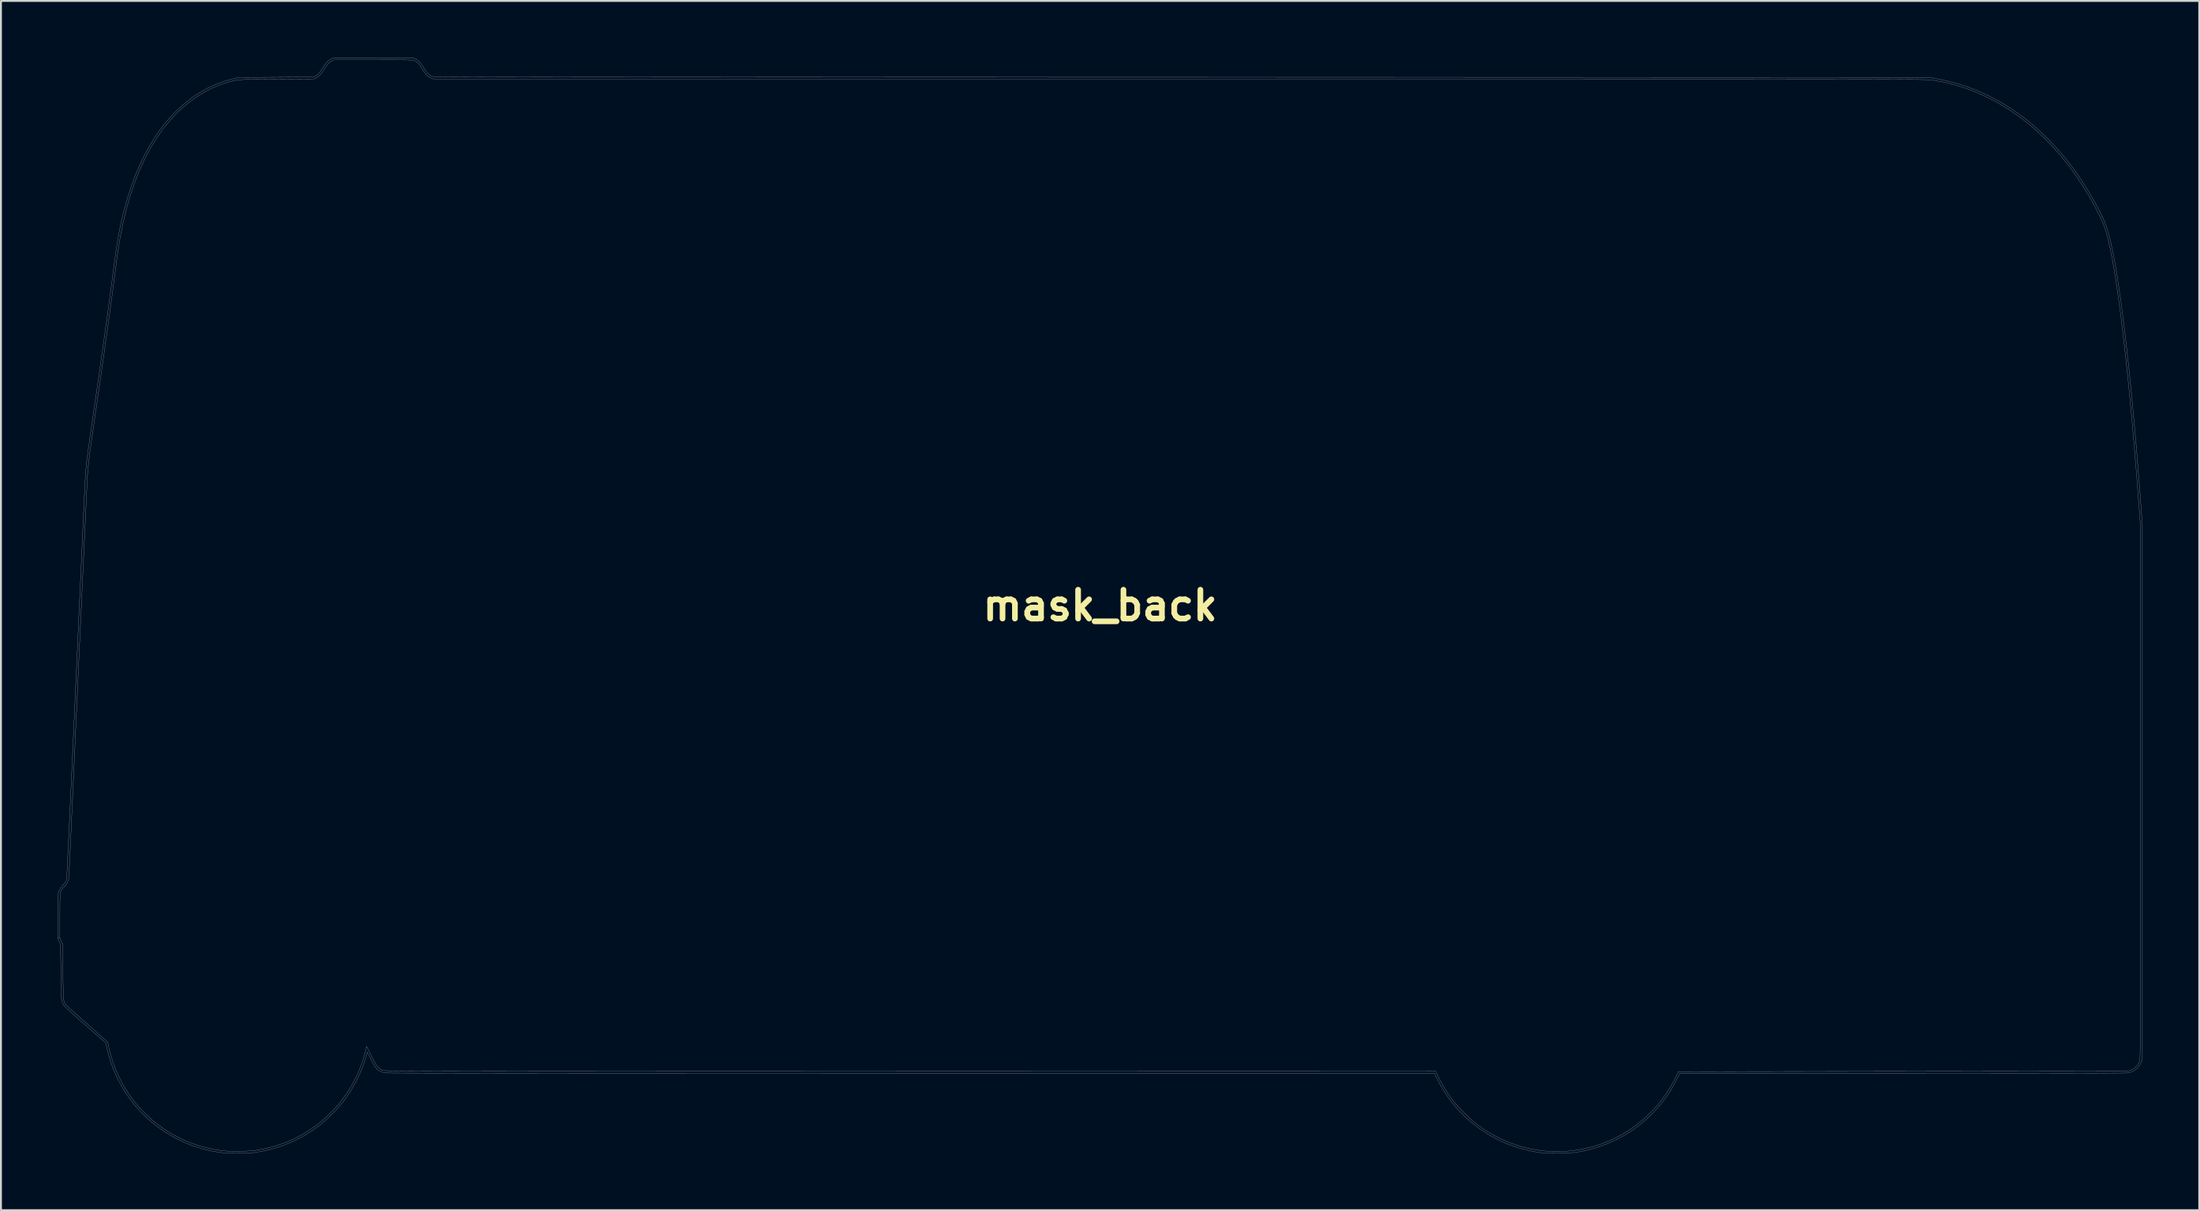
<source format=kicad_pcb>
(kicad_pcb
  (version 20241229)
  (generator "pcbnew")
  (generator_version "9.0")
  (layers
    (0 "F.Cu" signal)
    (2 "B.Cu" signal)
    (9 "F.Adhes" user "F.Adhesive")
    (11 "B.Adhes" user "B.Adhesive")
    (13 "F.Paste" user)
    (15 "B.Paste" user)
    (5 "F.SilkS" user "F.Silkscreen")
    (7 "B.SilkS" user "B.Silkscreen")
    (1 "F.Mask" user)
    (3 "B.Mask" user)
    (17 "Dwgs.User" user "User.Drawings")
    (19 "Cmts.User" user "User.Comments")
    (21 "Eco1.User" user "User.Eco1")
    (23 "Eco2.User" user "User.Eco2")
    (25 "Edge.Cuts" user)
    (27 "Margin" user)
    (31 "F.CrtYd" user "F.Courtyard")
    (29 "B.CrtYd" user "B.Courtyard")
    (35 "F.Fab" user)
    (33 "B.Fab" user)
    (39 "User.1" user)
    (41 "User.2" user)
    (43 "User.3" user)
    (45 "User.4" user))
  (footprint "mask_back"
    (layer "F.Cu")
    (at 55.057 28.95)
    (property "Reference" "mask_back" (at 0 0 0) (layer "F.SilkS") (effects (font (size 1.524 1.524) (thickness 0.3))))
    (attr through_hole)
    (fp_poly (pts (xy 31.505 -0.012) (xy 31.653 0.082) (xy 31.777 0.204) (xy 31.869 0.346) (xy 31.873 0.356) (xy 31.93 0.476) (xy 31.93 6.615) (xy 31.861 6.756) (xy 31.767 6.904) (xy 31.647 7.021) (xy 31.499 7.109) (xy 31.38 7.165) (xy 24.162 7.17) (xy 16.944 7.175) (xy 16.825 7.126) (xy 16.684 7.057) (xy 16.574 6.974) (xy 16.483 6.867) (xy 16.408 6.744) (xy 16.351 6.636) (xy 16.351 0.476) (xy 16.408 0.356) (xy 16.493 0.218) (xy 16.609 0.097) (xy 16.743 0.002) (xy 16.781 -0.018) (xy 16.902 -0.074) (xy 31.38 -0.074) (xy 31.505 -0.012)) (stroke (width 0.01) (type solid)) (fill yes) (layer "F.Mask"))
    (fp_poly (pts (xy 14.932 -0.012) (xy 15.08 0.082) (xy 15.204 0.204) (xy 15.295 0.346) (xy 15.3 0.356) (xy 15.356 0.476) (xy 15.356 6.615) (xy 15.301 6.731) (xy 15.211 6.882) (xy 15.098 7) (xy 14.957 7.091) (xy 14.949 7.095) (xy 14.807 7.165) (xy 7.589 7.17) (xy 0.37 7.175) (xy 0.252 7.126) (xy 0.111 7.057) (xy 0.000364 6.974) (xy -0.091 6.867) (xy -0.165 6.744) (xy -0.222 6.636) (xy -0.222 0.475) (xy -0.153 0.334) (xy -0.063 0.191) (xy 0.053 0.077) (xy 0.202 -0.014) (xy 0.212 -0.019) (xy 0.328 -0.074) (xy 14.806 -0.074) (xy 14.932 -0.012)) (stroke (width 0.01) (type solid)) (fill yes) (layer "F.Mask"))
    (fp_poly (pts (xy -19.005 -23.511) (xy -18.894 -23.44) (xy -18.786 -23.344) (xy -18.695 -23.235) (xy -18.652 -23.164) (xy -18.639 -23.139) (xy -18.628 -23.114) (xy -18.618 -23.087) (xy -18.609 -23.056) (xy -18.601 -23.018) (xy -18.594 -22.972) (xy -18.588 -22.915) (xy -18.583 -22.845) (xy -18.578 -22.76) (xy -18.575 -22.659) (xy -18.572 -22.537) (xy -18.569 -22.395) (xy -18.567 -22.229) (xy -18.566 -22.037) (xy -18.565 -21.818) (xy -18.565 -21.569) (xy -18.565 -21.287) (xy -18.565 -20.972) (xy -18.566 -20.62) (xy -18.567 -20.23) (xy -18.567 -19.875) (xy -18.574 -16.923) (xy -18.623 -16.802) (xy -18.704 -16.654) (xy -18.82 -16.524) (xy -18.962 -16.421) (xy -19.003 -16.4) (xy -19.144 -16.33) (xy -26.341 -16.326) (xy -27.019 -16.326) (xy -27.656 -16.326) (xy -28.253 -16.325) (xy -28.811 -16.325) (xy -29.331 -16.325) (xy -29.815 -16.325) (xy -30.264 -16.326) (xy -30.678 -16.326) (xy -31.059 -16.326) (xy -31.409 -16.327) (xy -31.728 -16.327) (xy -32.017 -16.328) (xy -32.278 -16.329) (xy -32.512 -16.33) (xy -32.72 -16.331) (xy -32.903 -16.332) (xy -33.062 -16.334) (xy -33.199 -16.335) (xy -33.314 -16.337) (xy -33.41 -16.338) (xy -33.486 -16.34) (xy -33.545 -16.342) (xy -33.586 -16.345) (xy -33.613 -16.347) (xy -33.623 -16.349) (xy -33.795 -16.424) (xy -33.939 -16.531) (xy -34.055 -16.67) (xy -34.117 -16.781) (xy -34.174 -16.902) (xy -34.174 -22.998) (xy -34.107 -23.139) (xy -34.011 -23.295) (xy -33.886 -23.421) (xy -33.743 -23.51) (xy -33.623 -23.569) (xy -19.124 -23.569) (xy -19.005 -23.511)) (stroke (width 0.01) (type solid)) (fill yes) (layer "F.Mask"))
    (fp_poly (pts (xy 14.925 -23.513) (xy 15.077 -23.422) (xy 15.197 -23.304) (xy 15.287 -23.16) (xy 15.356 -23.02) (xy 15.356 -16.88) (xy 15.295 -16.754) (xy 15.198 -16.605) (xy 15.07 -16.479) (xy 14.927 -16.389) (xy 14.806 -16.33) (xy 7.599 -16.326) (xy 6.926 -16.326) (xy 6.295 -16.326) (xy 5.704 -16.325) (xy 5.151 -16.325) (xy 4.636 -16.325) (xy 4.156 -16.325) (xy 3.712 -16.325) (xy 3.302 -16.326) (xy 2.924 -16.326) (xy 2.578 -16.326) (xy 2.262 -16.327) (xy 1.974 -16.328) (xy 1.714 -16.328) (xy 1.481 -16.329) (xy 1.273 -16.33) (xy 1.089 -16.332) (xy 0.928 -16.333) (xy 0.788 -16.334) (xy 0.669 -16.336) (xy 0.568 -16.338) (xy 0.486 -16.339) (xy 0.42 -16.341) (xy 0.37 -16.344) (xy 0.334 -16.346) (xy 0.311 -16.348) (xy 0.302 -16.35) (xy 0.144 -16.421) (xy 0.006 -16.526) (xy -0.107 -16.659) (xy -0.188 -16.815) (xy -0.19 -16.821) (xy -0.196 -16.837) (xy -0.201 -16.854) (xy -0.206 -16.874) (xy -0.211 -16.899) (xy -0.214 -16.932) (xy -0.218 -16.973) (xy -0.221 -17.026) (xy -0.223 -17.093) (xy -0.225 -17.175) (xy -0.227 -17.274) (xy -0.228 -17.394) (xy -0.229 -17.535) (xy -0.23 -17.701) (xy -0.23 -17.892) (xy -0.23 -18.112) (xy -0.23 -18.362) (xy -0.23 -18.645) (xy -0.23 -18.963) (xy -0.229 -19.317) (xy -0.228 -19.71) (xy -0.228 -19.988) (xy -0.222 -23.04) (xy -0.15 -23.173) (xy -0.055 -23.314) (xy 0.064 -23.428) (xy 0.195 -23.51) (xy 0.307 -23.569) (xy 14.806 -23.569) (xy 14.925 -23.513)) (stroke (width 0.01) (type solid)) (fill yes) (layer "F.Mask"))
    (fp_poly (pts (xy 31.902 -23.513) (xy 32.046 -23.423) (xy 32.169 -23.301) (xy 32.265 -23.155) (xy 32.27 -23.144) (xy 32.332 -23.019) (xy 32.332 -16.902) (xy 32.272 -16.772) (xy 32.183 -16.627) (xy 32.062 -16.501) (xy 31.918 -16.404) (xy 31.888 -16.389) (xy 31.761 -16.33) (xy 24.564 -16.326) (xy 23.899 -16.326) (xy 23.275 -16.326) (xy 22.69 -16.325) (xy 22.144 -16.325) (xy 21.636 -16.325) (xy 21.163 -16.325) (xy 20.725 -16.325) (xy 20.32 -16.325) (xy 19.948 -16.326) (xy 19.606 -16.326) (xy 19.293 -16.327) (xy 19.009 -16.327) (xy 18.752 -16.328) (xy 18.521 -16.329) (xy 18.314 -16.33) (xy 18.13 -16.331) (xy 17.968 -16.332) (xy 17.827 -16.333) (xy 17.705 -16.335) (xy 17.601 -16.337) (xy 17.514 -16.338) (xy 17.442 -16.34) (xy 17.384 -16.342) (xy 17.339 -16.345) (xy 17.306 -16.347) (xy 17.283 -16.35) (xy 17.27 -16.352) (xy 17.269 -16.353) (xy 17.123 -16.418) (xy 16.988 -16.518) (xy 16.875 -16.643) (xy 16.79 -16.786) (xy 16.769 -16.838) (xy 16.764 -16.855) (xy 16.76 -16.875) (xy 16.755 -16.901) (xy 16.752 -16.936) (xy 16.748 -16.98) (xy 16.745 -17.037) (xy 16.743 -17.108) (xy 16.741 -17.195) (xy 16.739 -17.301) (xy 16.737 -17.428) (xy 16.736 -17.577) (xy 16.735 -17.751) (xy 16.734 -17.953) (xy 16.733 -18.183) (xy 16.733 -18.445) (xy 16.733 -18.74) (xy 16.732 -19.07) (xy 16.732 -19.438) (xy 16.732 -19.846) (xy 16.732 -19.96) (xy 16.732 -22.976) (xy 16.781 -23.098) (xy 16.853 -23.229) (xy 16.956 -23.353) (xy 17.076 -23.457) (xy 17.159 -23.507) (xy 17.283 -23.569) (xy 31.782 -23.569) (xy 31.902 -23.513)) (stroke (width 0.01) (type solid)) (fill yes) (layer "F.Mask"))
    (fp_poly (pts (xy -19.003 -0.005) (xy -18.856 0.09) (xy -18.732 0.213) (xy -18.641 0.357) (xy -18.623 0.398) (xy -18.574 0.519) (xy -18.567 3.471) (xy -18.567 3.895) (xy -18.566 4.279) (xy -18.565 4.624) (xy -18.565 4.933) (xy -18.565 5.209) (xy -18.566 5.453) (xy -18.566 5.668) (xy -18.568 5.855) (xy -18.57 6.017) (xy -18.572 6.155) (xy -18.575 6.273) (xy -18.579 6.372) (xy -18.584 6.454) (xy -18.589 6.522) (xy -18.595 6.577) (xy -18.602 6.621) (xy -18.611 6.658) (xy -18.62 6.688) (xy -18.63 6.715) (xy -18.641 6.739) (xy -18.652 6.76) (xy -18.726 6.872) (xy -18.828 6.979) (xy -18.943 7.069) (xy -19.002 7.103) (xy -19.124 7.165) (xy -26.342 7.17) (xy -26.999 7.17) (xy -27.616 7.17) (xy -28.192 7.171) (xy -28.731 7.171) (xy -29.232 7.171) (xy -29.698 7.171) (xy -30.13 7.171) (xy -30.528 7.171) (xy -30.895 7.171) (xy -31.232 7.171) (xy -31.539 7.171) (xy -31.819 7.17) (xy -32.073 7.17) (xy -32.302 7.169) (xy -32.507 7.168) (xy -32.69 7.167) (xy -32.852 7.166) (xy -32.995 7.165) (xy -33.119 7.164) (xy -33.226 7.162) (xy -33.318 7.161) (xy -33.396 7.159) (xy -33.46 7.157) (xy -33.514 7.155) (xy -33.556 7.152) (xy -33.59 7.15) (xy -33.617 7.147) (xy -33.637 7.144) (xy -33.653 7.141) (xy -33.665 7.138) (xy -33.667 7.137) (xy -33.825 7.061) (xy -33.958 6.952) (xy -34.067 6.809) (xy -34.116 6.717) (xy -34.174 6.593) (xy -34.174 0.497) (xy -34.114 0.37) (xy -34.024 0.223) (xy -33.903 0.096) (xy -33.761 0.000239) (xy -33.731 -0.014) (xy -33.602 -0.074) (xy -19.144 -0.074) (xy -19.003 -0.005)) (stroke (width 0.01) (type solid)) (fill yes) (layer "F.Mask"))
    (fp_poly (pts (xy -38.09 -2.132) (xy -37.965 -2.066) (xy -37.871 -1.997) (xy -37.794 -1.915) (xy -37.751 -1.856) (xy -37.735 -1.832) (xy -37.72 -1.811) (xy -37.706 -1.791) (xy -37.693 -1.771) (xy -37.682 -1.748) (xy -37.672 -1.721) (xy -37.663 -1.689) (xy -37.654 -1.648) (xy -37.647 -1.598) (xy -37.641 -1.536) (xy -37.635 -1.462) (xy -37.631 -1.372) (xy -37.627 -1.265) (xy -37.623 -1.14) (xy -37.621 -0.995) (xy -37.619 -0.827) (xy -37.617 -0.635) (xy -37.616 -0.417) (xy -37.616 -0.172) (xy -37.615 0.103) (xy -37.615 0.409) (xy -37.616 0.748) (xy -37.616 1.122) (xy -37.617 1.532) (xy -37.617 1.981) (xy -37.618 2.471) (xy -37.618 2.541) (xy -37.624 6.593) (xy -37.685 6.725) (xy -37.759 6.848) (xy -37.861 6.965) (xy -37.978 7.063) (xy -38.074 7.118) (xy -38.174 7.165) (xy -40.725 7.17) (xy -41.107 7.17) (xy -41.449 7.171) (xy -41.754 7.171) (xy -42.023 7.171) (xy -42.259 7.171) (xy -42.465 7.171) (xy -42.642 7.17) (xy -42.793 7.17) (xy -42.92 7.168) (xy -43.026 7.167) (xy -43.113 7.165) (xy -43.183 7.162) (xy -43.239 7.159) (xy -43.282 7.156) (xy -43.316 7.152) (xy -43.342 7.147) (xy -43.363 7.142) (xy -43.381 7.136) (xy -43.386 7.134) (xy -43.546 7.055) (xy -43.681 6.941) (xy -43.79 6.796) (xy -43.83 6.72) (xy -43.889 6.593) (xy -43.895 2.552) (xy -43.895 2.056) (xy -43.896 1.601) (xy -43.897 1.185) (xy -43.897 0.805) (xy -43.897 0.461) (xy -43.897 0.149) (xy -43.897 -0.13) (xy -43.896 -0.38) (xy -43.895 -0.602) (xy -43.894 -0.798) (xy -43.892 -0.97) (xy -43.889 -1.119) (xy -43.886 -1.247) (xy -43.882 -1.357) (xy -43.878 -1.449) (xy -43.872 -1.527) (xy -43.866 -1.59) (xy -43.859 -1.642) (xy -43.851 -1.685) (xy -43.841 -1.719) (xy -43.831 -1.747) (xy -43.82 -1.77) (xy -43.807 -1.791) (xy -43.794 -1.811) (xy -43.779 -1.832) (xy -43.763 -1.855) (xy -43.762 -1.856) (xy -43.69 -1.95) (xy -43.607 -2.026) (xy -43.501 -2.092) (xy -43.423 -2.132) (xy -43.296 -2.191) (xy -38.216 -2.191) (xy -38.09 -2.132)) (stroke (width 0.01) (type solid)) (fill yes) (layer "F.Mask"))
    (fp_poly (pts (xy -2.035 -23.51) (xy -1.878 -23.405) (xy -1.754 -23.275) (xy -1.665 -23.123) (xy -1.613 -22.95) (xy -1.607 -22.915) (xy -1.604 -22.875) (xy -1.602 -22.795) (xy -1.599 -22.679) (xy -1.597 -22.53) (xy -1.596 -22.351) (xy -1.594 -22.145) (xy -1.592 -21.914) (xy -1.591 -21.663) (xy -1.59 -21.395) (xy -1.589 -21.111) (xy -1.589 -20.816) (xy -1.588 -20.512) (xy -1.588 -20.203) (xy -1.588 -19.891) (xy -1.589 -19.58) (xy -1.589 -19.272) (xy -1.59 -18.971) (xy -1.591 -18.68) (xy -1.592 -18.402) (xy -1.593 -18.14) (xy -1.595 -17.897) (xy -1.596 -17.676) (xy -1.598 -17.48) (xy -1.6 -17.312) (xy -1.603 -17.175) (xy -1.605 -17.073) (xy -1.608 -17.008) (xy -1.609 -16.989) (xy -1.655 -16.809) (xy -1.736 -16.652) (xy -1.852 -16.519) (xy -2 -16.413) (xy -2.053 -16.386) (xy -2.17 -16.33) (xy -9.366 -16.326) (xy -10.022 -16.325) (xy -10.637 -16.325) (xy -11.213 -16.325) (xy -11.75 -16.325) (xy -12.25 -16.324) (xy -12.714 -16.324) (xy -13.145 -16.324) (xy -13.542 -16.324) (xy -13.908 -16.324) (xy -14.243 -16.325) (xy -14.55 -16.325) (xy -14.829 -16.325) (xy -15.082 -16.326) (xy -15.31 -16.327) (xy -15.514 -16.327) (xy -15.697 -16.328) (xy -15.858 -16.329) (xy -16.001 -16.331) (xy -16.124 -16.332) (xy -16.232 -16.333) (xy -16.323 -16.335) (xy -16.401 -16.337) (xy -16.466 -16.339) (xy -16.519 -16.341) (xy -16.563 -16.343) (xy -16.598 -16.346) (xy -16.625 -16.349) (xy -16.646 -16.352) (xy -16.663 -16.355) (xy -16.676 -16.358) (xy -16.682 -16.36) (xy -16.84 -16.431) (xy -16.976 -16.535) (xy -17.069 -16.646) (xy -17.088 -16.673) (xy -17.106 -16.697) (xy -17.121 -16.719) (xy -17.135 -16.743) (xy -17.147 -16.77) (xy -17.158 -16.802) (xy -17.168 -16.841) (xy -17.176 -16.89) (xy -17.183 -16.95) (xy -17.189 -17.024) (xy -17.194 -17.113) (xy -17.198 -17.221) (xy -17.201 -17.348) (xy -17.203 -17.498) (xy -17.205 -17.672) (xy -17.206 -17.872) (xy -17.207 -18.101) (xy -17.207 -18.36) (xy -17.206 -18.652) (xy -17.206 -18.978) (xy -17.205 -19.342) (xy -17.204 -19.745) (xy -17.204 -19.992) (xy -17.198 -23.019) (xy -17.141 -23.139) (xy -17.056 -23.277) (xy -16.941 -23.398) (xy -16.806 -23.493) (xy -16.768 -23.513) (xy -16.648 -23.569) (xy -2.148 -23.569) (xy -2.035 -23.51)) (stroke (width 0.01) (type solid)) (fill yes) (layer "F.Mask"))
    (fp_poly (pts (xy -2.051 -0.018) (xy -1.895 0.076) (xy -1.771 0.198) (xy -1.68 0.347) (xy -1.622 0.522) (xy -1.607 0.607) (xy -1.604 0.656) (xy -1.601 0.749) (xy -1.598 0.883) (xy -1.596 1.059) (xy -1.594 1.276) (xy -1.592 1.535) (xy -1.591 1.836) (xy -1.591 2.178) (xy -1.59 2.56) (xy -1.591 2.984) (xy -1.591 3.448) (xy -1.592 3.672) (xy -1.593 4.081) (xy -1.594 4.449) (xy -1.594 4.78) (xy -1.595 5.074) (xy -1.596 5.335) (xy -1.597 5.564) (xy -1.598 5.764) (xy -1.6 5.937) (xy -1.601 6.084) (xy -1.603 6.209) (xy -1.605 6.313) (xy -1.607 6.398) (xy -1.61 6.467) (xy -1.613 6.522) (xy -1.616 6.565) (xy -1.62 6.598) (xy -1.625 6.623) (xy -1.63 6.642) (xy -1.635 6.658) (xy -1.641 6.671) (xy -1.732 6.84) (xy -1.849 6.976) (xy -1.992 7.078) (xy -2.109 7.132) (xy -2.12 7.136) (xy -2.131 7.14) (xy -2.145 7.144) (xy -2.162 7.147) (xy -2.184 7.15) (xy -2.212 7.152) (xy -2.247 7.155) (xy -2.291 7.157) (xy -2.346 7.16) (xy -2.412 7.162) (xy -2.491 7.163) (xy -2.584 7.165) (xy -2.692 7.167) (xy -2.818 7.168) (xy -2.962 7.169) (xy -3.125 7.17) (xy -3.31 7.171) (xy -3.517 7.172) (xy -3.747 7.173) (xy -4.003 7.173) (xy -4.284 7.174) (xy -4.594 7.174) (xy -4.933 7.174) (xy -5.302 7.175) (xy -5.702 7.175) (xy -6.136 7.175) (xy -6.605 7.175) (xy -7.109 7.175) (xy -7.65 7.175) (xy -8.23 7.175) (xy -8.849 7.175) (xy -9.404 7.175) (xy -10.059 7.175) (xy -10.674 7.175) (xy -11.248 7.175) (xy -11.785 7.174) (xy -12.284 7.174) (xy -12.748 7.174) (xy -13.178 7.174) (xy -13.574 7.173) (xy -13.939 7.173) (xy -14.274 7.173) (xy -14.58 7.172) (xy -14.858 7.171) (xy -15.11 7.171) (xy -15.338 7.17) (xy -15.541 7.169) (xy -15.723 7.168) (xy -15.884 7.167) (xy -16.025 7.166) (xy -16.148 7.164) (xy -16.255 7.163) (xy -16.345 7.161) (xy -16.422 7.159) (xy -16.486 7.157) (xy -16.539 7.155) (xy -16.581 7.152) (xy -16.615 7.15) (xy -16.642 7.147) (xy -16.662 7.144) (xy -16.678 7.141) (xy -16.69 7.138) (xy -16.694 7.136) (xy -16.858 7.059) (xy -16.994 6.95) (xy -17.103 6.808) (xy -17.151 6.717) (xy -17.198 6.615) (xy -17.198 0.476) (xy -17.138 0.355) (xy -17.044 0.208) (xy -16.919 0.083) (xy -16.773 -0.013) (xy -16.769 -0.014) (xy -16.648 -0.074) (xy -2.17 -0.074) (xy -2.051 -0.018)) (stroke (width 0.01) (type solid)) (fill yes) (layer "F.Mask"))
    (fp_poly (pts (xy 40.217 -23.58) (xy 40.732 -23.58) (xy 41.207 -23.579) (xy 41.645 -23.579) (xy 42.047 -23.579) (xy 42.415 -23.579) (xy 42.75 -23.578) (xy 43.054 -23.578) (xy 43.328 -23.577) (xy 43.575 -23.576) (xy 43.795 -23.575) (xy 43.991 -23.574) (xy 44.164 -23.573) (xy 44.315 -23.572) (xy 44.446 -23.57) (xy 44.559 -23.568) (xy 44.655 -23.566) (xy 44.737 -23.564) (xy 44.805 -23.562) (xy 44.861 -23.559) (xy 44.907 -23.556) (xy 44.944 -23.553) (xy 44.975 -23.55) (xy 44.999 -23.546) (xy 45.002 -23.546) (xy 45.324 -23.47) (xy 45.645 -23.352) (xy 45.966 -23.193) (xy 46.285 -22.993) (xy 46.602 -22.754) (xy 46.915 -22.475) (xy 47.225 -22.157) (xy 47.529 -21.801) (xy 47.716 -21.56) (xy 47.964 -21.216) (xy 48.18 -20.885) (xy 48.368 -20.559) (xy 48.533 -20.23) (xy 48.678 -19.89) (xy 48.807 -19.529) (xy 48.925 -19.14) (xy 48.981 -18.934) (xy 49.037 -18.706) (xy 49.089 -18.47) (xy 49.136 -18.234) (xy 49.177 -18.004) (xy 49.21 -17.787) (xy 49.235 -17.591) (xy 49.25 -17.423) (xy 49.255 -17.303) (xy 49.235 -17.105) (xy 49.176 -16.92) (xy 49.083 -16.752) (xy 48.959 -16.606) (xy 48.805 -16.485) (xy 48.627 -16.393) (xy 48.499 -16.351) (xy 48.466 -16.348) (xy 48.393 -16.345) (xy 48.28 -16.342) (xy 48.132 -16.339) (xy 47.949 -16.337) (xy 47.733 -16.334) (xy 47.486 -16.332) (xy 47.211 -16.33) (xy 46.909 -16.328) (xy 46.582 -16.326) (xy 46.232 -16.325) (xy 45.861 -16.323) (xy 45.471 -16.322) (xy 45.063 -16.321) (xy 44.64 -16.32) (xy 44.204 -16.319) (xy 43.757 -16.318) (xy 43.3 -16.318) (xy 42.836 -16.317) (xy 42.366 -16.317) (xy 41.892 -16.317) (xy 41.417 -16.317) (xy 40.942 -16.317) (xy 40.469 -16.317) (xy 40 -16.318) (xy 39.538 -16.318) (xy 39.083 -16.319) (xy 38.638 -16.32) (xy 38.204 -16.321) (xy 37.785 -16.322) (xy 37.381 -16.323) (xy 36.995 -16.325) (xy 36.628 -16.326) (xy 36.283 -16.328) (xy 35.962 -16.33) (xy 35.665 -16.332) (xy 35.396 -16.334) (xy 35.156 -16.337) (xy 34.948 -16.339) (xy 34.772 -16.342) (xy 34.631 -16.345) (xy 34.528 -16.347) (xy 34.463 -16.35) (xy 34.44 -16.353) (xy 34.256 -16.424) (xy 34.091 -16.529) (xy 33.948 -16.665) (xy 33.834 -16.825) (xy 33.752 -17.006) (xy 33.721 -17.12) (xy 33.717 -17.157) (xy 33.714 -17.233) (xy 33.711 -17.346) (xy 33.709 -17.491) (xy 33.706 -17.667) (xy 33.704 -17.869) (xy 33.702 -18.095) (xy 33.701 -18.341) (xy 33.699 -18.605) (xy 33.698 -18.883) (xy 33.697 -19.172) (xy 33.697 -19.469) (xy 33.696 -19.772) (xy 33.696 -20.076) (xy 33.696 -20.378) (xy 33.697 -20.677) (xy 33.698 -20.967) (xy 33.698 -21.247) (xy 33.7 -21.514) (xy 33.701 -21.763) (xy 33.703 -21.993) (xy 33.705 -22.199) (xy 33.707 -22.379) (xy 33.709 -22.53) (xy 33.712 -22.648) (xy 33.715 -22.731) (xy 33.718 -22.775) (xy 33.719 -22.778) (xy 33.776 -22.968) (xy 33.869 -23.141) (xy 33.995 -23.292) (xy 34.148 -23.417) (xy 34.326 -23.512) (xy 34.39 -23.536) (xy 34.521 -23.58) (xy 39.662 -23.58) (xy 40.217 -23.58)) (stroke (width 0.01) (type solid)) (fill yes) (layer "F.Mask"))
    (fp_poly (pts (xy -43.489 -23.578) (xy -43.09 -23.578) (xy -42.655 -23.578) (xy -42.184 -23.577) (xy -41.673 -23.576) (xy -41.148 -23.576) (xy -36.311 -23.569) (xy -36.149 -23.491) (xy -35.971 -23.387) (xy -35.826 -23.259) (xy -35.71 -23.103) (xy -35.619 -22.914) (xy -35.618 -22.911) (xy -35.571 -22.786) (xy -35.565 -20.045) (xy -35.564 -19.619) (xy -35.564 -19.224) (xy -35.564 -18.859) (xy -35.564 -18.527) (xy -35.565 -18.228) (xy -35.566 -17.963) (xy -35.567 -17.734) (xy -35.569 -17.542) (xy -35.572 -17.388) (xy -35.574 -17.273) (xy -35.577 -17.198) (xy -35.58 -17.168) (xy -35.626 -16.991) (xy -35.707 -16.82) (xy -35.815 -16.665) (xy -35.946 -16.534) (xy -36.081 -16.442) (xy -36.101 -16.43) (xy -36.119 -16.419) (xy -36.135 -16.409) (xy -36.151 -16.4) (xy -36.169 -16.391) (xy -36.189 -16.383) (xy -36.214 -16.376) (xy -36.244 -16.369) (xy -36.282 -16.363) (xy -36.328 -16.357) (xy -36.383 -16.352) (xy -36.451 -16.347) (xy -36.53 -16.343) (xy -36.624 -16.339) (xy -36.734 -16.336) (xy -36.86 -16.333) (xy -37.005 -16.33) (xy -37.17 -16.328) (xy -37.356 -16.326) (xy -37.564 -16.325) (xy -37.796 -16.323) (xy -38.054 -16.322) (xy -38.338 -16.322) (xy -38.651 -16.321) (xy -38.994 -16.321) (xy -39.367 -16.32) (xy -39.773 -16.32) (xy -40.213 -16.32) (xy -40.687 -16.32) (xy -41.199 -16.32) (xy -41.749 -16.321) (xy -42.338 -16.321) (xy -42.968 -16.321) (xy -42.978 -16.321) (xy -43.613 -16.321) (xy -44.207 -16.321) (xy -44.761 -16.321) (xy -45.277 -16.322) (xy -45.756 -16.322) (xy -46.199 -16.323) (xy -46.608 -16.323) (xy -46.984 -16.324) (xy -47.328 -16.324) (xy -47.642 -16.325) (xy -47.927 -16.326) (xy -48.184 -16.327) (xy -48.416 -16.328) (xy -48.622 -16.329) (xy -48.804 -16.33) (xy -48.964 -16.332) (xy -49.104 -16.333) (xy -49.223 -16.335) (xy -49.325 -16.337) (xy -49.409 -16.339) (xy -49.478 -16.341) (xy -49.533 -16.343) (xy -49.574 -16.345) (xy -49.605 -16.348) (xy -49.624 -16.351) (xy -49.631 -16.352) (xy -49.819 -16.424) (xy -49.986 -16.53) (xy -50.128 -16.666) (xy -50.241 -16.828) (xy -50.321 -17.011) (xy -50.366 -17.212) (xy -50.369 -17.302) (xy -50.362 -17.427) (xy -50.346 -17.579) (xy -50.322 -17.753) (xy -50.291 -17.943) (xy -50.253 -18.142) (xy -50.21 -18.343) (xy -50.163 -18.54) (xy -50.154 -18.574) (xy -50.019 -19.051) (xy -49.855 -19.545) (xy -49.667 -20.046) (xy -49.547 -20.339) (xy -49.492 -20.467) (xy -49.427 -20.623) (xy -49.356 -20.793) (xy -49.284 -20.967) (xy -49.217 -21.131) (xy -49.202 -21.167) (xy -49.09 -21.435) (xy -48.987 -21.667) (xy -48.89 -21.869) (xy -48.797 -22.046) (xy -48.704 -22.201) (xy -48.608 -22.341) (xy -48.507 -22.471) (xy -48.397 -22.594) (xy -48.314 -22.68) (xy -48.069 -22.898) (xy -47.802 -23.084) (xy -47.512 -23.239) (xy -47.194 -23.365) (xy -46.847 -23.462) (xy -46.75 -23.483) (xy -46.698 -23.494) (xy -46.649 -23.504) (xy -46.6 -23.513) (xy -46.55 -23.521) (xy -46.497 -23.529) (xy -46.44 -23.536) (xy -46.376 -23.542) (xy -46.304 -23.548) (xy -46.222 -23.553) (xy -46.129 -23.558) (xy -46.023 -23.562) (xy -45.901 -23.565) (xy -45.763 -23.568) (xy -45.607 -23.571) (xy -45.43 -23.573) (xy -45.232 -23.574) (xy -45.01 -23.576) (xy -44.763 -23.577) (xy -44.49 -23.578) (xy -44.187 -23.578) (xy -43.854 -23.578) (xy -43.489 -23.578)) (stroke (width 0.01) (type solid)) (fill yes) (layer "F.Mask"))
    (fp_poly (pts (xy -48.713 -2.201) (xy -48.339 -2.201) (xy -48.003 -2.201) (xy -47.702 -2.2) (xy -47.434 -2.2) (xy -47.198 -2.199) (xy -46.991 -2.197) (xy -46.811 -2.195) (xy -46.656 -2.193) (xy -46.522 -2.189) (xy -46.409 -2.185) (xy -46.314 -2.18) (xy -46.235 -2.174) (xy -46.169 -2.167) (xy -46.115 -2.159) (xy -46.069 -2.149) (xy -46.031 -2.138) (xy -45.997 -2.126) (xy -45.965 -2.112) (xy -45.934 -2.097) (xy -45.901 -2.08) (xy -45.888 -2.074) (xy -45.765 -1.996) (xy -45.644 -1.892) (xy -45.538 -1.774) (xy -45.461 -1.66) (xy -45.446 -1.633) (xy -45.433 -1.609) (xy -45.42 -1.585) (xy -45.409 -1.561) (xy -45.399 -1.534) (xy -45.39 -1.502) (xy -45.381 -1.463) (xy -45.374 -1.417) (xy -45.368 -1.359) (xy -45.362 -1.29) (xy -45.357 -1.206) (xy -45.353 -1.106) (xy -45.35 -0.988) (xy -45.347 -0.851) (xy -45.345 -0.692) (xy -45.343 -0.509) (xy -45.342 -0.301) (xy -45.341 -0.066) (xy -45.34 0.199) (xy -45.339 0.494) (xy -45.339 0.823) (xy -45.339 1.186) (xy -45.339 1.586) (xy -45.339 2.025) (xy -45.339 2.497) (xy -45.339 2.974) (xy -45.339 3.41) (xy -45.339 3.807) (xy -45.339 4.169) (xy -45.34 4.495) (xy -45.34 4.788) (xy -45.341 5.051) (xy -45.342 5.284) (xy -45.343 5.49) (xy -45.345 5.67) (xy -45.347 5.828) (xy -45.35 5.963) (xy -45.353 6.079) (xy -45.357 6.178) (xy -45.361 6.26) (xy -45.366 6.328) (xy -45.372 6.385) (xy -45.379 6.431) (xy -45.386 6.468) (xy -45.394 6.5) (xy -45.403 6.526) (xy -45.413 6.55) (xy -45.424 6.573) (xy -45.437 6.598) (xy -45.444 6.613) (xy -45.546 6.777) (xy -45.68 6.92) (xy -45.839 7.037) (xy -46.015 7.121) (xy -46.052 7.133) (xy -46.072 7.139) (xy -46.092 7.144) (xy -46.116 7.149) (xy -46.144 7.153) (xy -46.18 7.157) (xy -46.226 7.16) (xy -46.283 7.163) (xy -46.353 7.165) (xy -46.439 7.167) (xy -46.543 7.169) (xy -46.667 7.171) (xy -46.813 7.172) (xy -46.983 7.173) (xy -47.179 7.173) (xy -47.404 7.174) (xy -47.659 7.174) (xy -47.946 7.174) (xy -48.269 7.174) (xy -48.628 7.174) (xy -49.026 7.174) (xy -49.305 7.174) (xy -49.75 7.173) (xy -50.155 7.173) (xy -50.521 7.172) (xy -50.85 7.171) (xy -51.144 7.17) (xy -51.403 7.169) (xy -51.631 7.168) (xy -51.828 7.166) (xy -51.997 7.164) (xy -52.138 7.162) (xy -52.255 7.16) (xy -52.348 7.157) (xy -52.419 7.154) (xy -52.47 7.151) (xy -52.503 7.148) (xy -52.514 7.145) (xy -52.706 7.071) (xy -52.876 6.962) (xy -53.02 6.824) (xy -53.135 6.66) (xy -53.216 6.474) (xy -53.255 6.318) (xy -53.256 6.282) (xy -53.255 6.204) (xy -53.253 6.085) (xy -53.248 5.925) (xy -53.242 5.726) (xy -53.233 5.486) (xy -53.223 5.208) (xy -53.211 4.891) (xy -53.196 4.536) (xy -53.18 4.144) (xy -53.162 3.715) (xy -53.143 3.249) (xy -53.121 2.748) (xy -53.107 2.424) (xy -53.087 1.952) (xy -53.068 1.521) (xy -53.05 1.129) (xy -53.035 0.773) (xy -53.02 0.452) (xy -53.007 0.164) (xy -52.996 -0.093) (xy -52.985 -0.321) (xy -52.975 -0.522) (xy -52.967 -0.697) (xy -52.959 -0.848) (xy -52.951 -0.978) (xy -52.945 -1.088) (xy -52.939 -1.18) (xy -52.933 -1.256) (xy -52.927 -1.318) (xy -52.922 -1.368) (xy -52.917 -1.407) (xy -52.912 -1.437) (xy -52.907 -1.461) (xy -52.901 -1.48) (xy -52.899 -1.489) (xy -52.864 -1.575) (xy -52.824 -1.662) (xy -52.801 -1.705) (xy -52.697 -1.844) (xy -52.562 -1.967) (xy -52.405 -2.07) (xy -52.236 -2.144) (xy -52.091 -2.18) (xy -52.048 -2.183) (xy -51.963 -2.186) (xy -51.838 -2.189) (xy -51.673 -2.191) (xy -51.469 -2.194) (xy -51.227 -2.196) (xy -50.949 -2.197) (xy -50.634 -2.199) (xy -50.285 -2.2) (xy -49.901 -2.2) (xy -49.484 -2.201) (xy -49.128 -2.201) (xy -48.713 -2.201)) (stroke (width 0.01) (type solid)) (fill yes) (layer "F.Mask"))
    (fp_poly (pts (xy -36.193 -28.898) (xy -36.105 -28.856) (xy -36.026 -28.803) (xy -35.951 -28.733) (xy -35.874 -28.64) (xy -35.789 -28.519) (xy -35.73 -28.429) (xy -35.63 -28.276) (xy -35.542 -28.158) (xy -35.461 -28.07) (xy -35.383 -28.006) (xy -35.309 -27.964) (xy -35.304 -27.963) (xy -35.295 -27.962) (xy -35.282 -27.96) (xy -35.263 -27.959) (xy -35.239 -27.958) (xy -35.208 -27.957) (xy -35.171 -27.955) (xy -35.126 -27.954) (xy -35.073 -27.953) (xy -35.012 -27.952) (xy -34.942 -27.951) (xy -34.862 -27.95) (xy -34.772 -27.949) (xy -34.671 -27.948) (xy -34.559 -27.947) (xy -34.435 -27.946) (xy -34.298 -27.945) (xy -34.149 -27.944) (xy -33.986 -27.944) (xy -33.809 -27.943) (xy -33.617 -27.942) (xy -33.41 -27.941) (xy -33.187 -27.94) (xy -32.948 -27.94) (xy -32.692 -27.939) (xy -32.418 -27.938) (xy -32.126 -27.938) (xy -31.816 -27.937) (xy -31.487 -27.936) (xy -31.137 -27.936) (xy -30.768 -27.935) (xy -30.378 -27.935) (xy -29.966 -27.934) (xy -29.532 -27.933) (xy -29.076 -27.933) (xy -28.597 -27.932) (xy -28.094 -27.932) (xy -27.567 -27.931) (xy -27.015 -27.931) (xy -26.438 -27.93) (xy -25.834 -27.93) (xy -25.205 -27.93) (xy -24.548 -27.929) (xy -23.864 -27.929) (xy -23.151 -27.928) (xy -22.41 -27.928) (xy -21.64 -27.927) (xy -20.84 -27.927) (xy -20.009 -27.927) (xy -19.148 -27.926) (xy -18.254 -27.926) (xy -17.329 -27.925) (xy -16.372 -27.925) (xy -15.381 -27.925) (xy -14.356 -27.924) (xy -13.297 -27.924) (xy -12.203 -27.924) (xy -11.073 -27.923) (xy -9.908 -27.923) (xy -8.706 -27.922) (xy -7.467 -27.922) (xy -6.19 -27.922) (xy -4.875 -27.921) (xy -3.521 -27.921) (xy -2.128 -27.92) (xy -0.695 -27.92) (xy 0.779 -27.92) (xy 2.293 -27.919) (xy 3.85 -27.919) (xy 4.286 -27.919) (xy 43.804 -27.908) (xy 44.069 -27.861) (xy 44.69 -27.736) (xy 45.284 -27.582) (xy 45.855 -27.397) (xy 46.41 -27.18) (xy 46.954 -26.929) (xy 47.381 -26.704) (xy 47.888 -26.407) (xy 48.366 -26.095) (xy 48.823 -25.763) (xy 49.266 -25.405) (xy 49.702 -25.015) (xy 50.134 -24.593) (xy 50.594 -24.1) (xy 51.03 -23.587) (xy 51.442 -23.051) (xy 51.835 -22.485) (xy 52.212 -21.887) (xy 52.548 -21.3) (xy 52.692 -21.035) (xy 52.818 -20.795) (xy 52.926 -20.573) (xy 53.021 -20.363) (xy 53.105 -20.158) (xy 53.179 -19.952) (xy 53.247 -19.736) (xy 53.31 -19.506) (xy 53.372 -19.253) (xy 53.435 -18.972) (xy 53.496 -18.68) (xy 53.573 -18.282) (xy 53.651 -17.844) (xy 53.73 -17.365) (xy 53.809 -16.849) (xy 53.889 -16.295) (xy 53.969 -15.706) (xy 54.05 -15.082) (xy 54.13 -14.425) (xy 54.21 -13.737) (xy 54.29 -13.018) (xy 54.369 -12.27) (xy 54.448 -11.494) (xy 54.526 -10.692) (xy 54.603 -9.865) (xy 54.679 -9.013) (xy 54.754 -8.14) (xy 54.828 -7.245) (xy 54.9 -6.33) (xy 54.971 -5.397) (xy 54.991 -5.126) (xy 55.054 -4.252) (xy 55.054 23.962) (xy 55.011 24.09) (xy 54.958 24.223) (xy 54.891 24.333) (xy 54.8 24.437) (xy 54.76 24.475) (xy 54.611 24.588) (xy 54.443 24.664) (xy 54.292 24.7) (xy 54.263 24.702) (xy 54.198 24.704) (xy 54.098 24.705) (xy 53.961 24.707) (xy 53.787 24.708) (xy 53.576 24.71) (xy 53.329 24.711) (xy 53.044 24.712) (xy 52.722 24.714) (xy 52.361 24.715) (xy 51.962 24.716) (xy 51.525 24.717) (xy 51.049 24.718) (xy 50.534 24.718) (xy 49.98 24.719) (xy 49.386 24.72) (xy 48.753 24.72) (xy 48.079 24.721) (xy 47.364 24.721) (xy 46.609 24.722) (xy 45.813 24.722) (xy 44.976 24.722) (xy 44.097 24.722) (xy 43.177 24.723) (xy 42.386 24.723) (xy 30.618 24.723) (xy 30.487 24.993) (xy 30.233 25.469) (xy 29.945 25.921) (xy 29.624 26.348) (xy 29.274 26.748) (xy 28.894 27.12) (xy 28.488 27.463) (xy 28.058 27.774) (xy 27.604 28.052) (xy 27.129 28.297) (xy 26.635 28.506) (xy 26.123 28.678) (xy 25.665 28.797) (xy 25.485 28.836) (xy 25.327 28.868) (xy 25.181 28.893) (xy 25.04 28.911) (xy 24.896 28.925) (xy 24.741 28.935) (xy 24.567 28.94) (xy 24.366 28.943) (xy 24.141 28.944) (xy 23.907 28.943) (xy 23.707 28.94) (xy 23.534 28.934) (xy 23.38 28.925) (xy 23.236 28.911) (xy 23.095 28.892) (xy 22.949 28.867) (xy 22.79 28.835) (xy 22.616 28.797) (xy 22.087 28.657) (xy 21.573 28.478) (xy 21.077 28.262) (xy 20.599 28.009) (xy 20.143 27.72) (xy 19.709 27.397) (xy 19.3 27.042) (xy 18.918 26.654) (xy 18.573 26.247) (xy 18.449 26.08) (xy 18.318 25.891) (xy 18.185 25.688) (xy 18.057 25.479) (xy 17.938 25.274) (xy 17.833 25.081) (xy 17.749 24.908) (xy 17.725 24.855) (xy 17.669 24.723) (xy -9.99 24.723) (xy -11.409 24.723) (xy -12.786 24.723) (xy -14.121 24.723) (xy -15.416 24.722) (xy -16.669 24.722) (xy -17.882 24.722) (xy -19.055 24.722) (xy -20.189 24.722) (xy -21.283 24.722) (xy -22.338 24.721) (xy -23.354 24.721) (xy -24.332 24.721) (xy -25.273 24.721) (xy -26.176 24.72) (xy -27.041 24.72) (xy -27.871 24.72) (xy -28.663 24.719) (xy -29.42 24.719) (xy -30.142 24.718) (xy -30.828 24.718) (xy -31.479 24.717) (xy -32.096 24.717) (xy -32.678 24.716) (xy -33.227 24.715) (xy -33.743 24.715) (xy -34.226 24.714) (xy -34.676 24.713) (xy -35.094 24.713) (xy -35.48 24.712) (xy -35.834 24.711) (xy -36.158 24.71) (xy -36.451 24.709) (xy -36.713 24.709) (xy -36.946 24.708) (xy -37.149 24.707) (xy -37.323 24.706) (xy -37.468 24.705) (xy -37.584 24.704) (xy -37.673 24.702) (xy -37.733 24.701) (xy -37.767 24.7) (xy -37.773 24.7) (xy -37.952 24.648) (xy -38.111 24.563) (xy -38.215 24.48) (xy -38.256 24.435) (xy -38.299 24.375) (xy -38.349 24.294) (xy -38.407 24.188) (xy -38.479 24.05) (xy -38.508 23.992) (xy -38.706 23.596) (xy -38.764 23.816) (xy -38.904 24.264) (xy -39.084 24.714) (xy -39.3 25.161) (xy -39.55 25.599) (xy -39.832 26.024) (xy -39.999 26.25) (xy -40.095 26.367) (xy -40.216 26.505) (xy -40.357 26.656) (xy -40.51 26.814) (xy -40.669 26.972) (xy -40.826 27.124) (xy -40.976 27.262) (xy -41.111 27.38) (xy -41.209 27.46) (xy -41.662 27.784) (xy -42.128 28.068) (xy -42.608 28.313) (xy -43.104 28.52) (xy -43.619 28.689) (xy -44.153 28.821) (xy -44.566 28.897) (xy -44.663 28.91) (xy -44.761 28.921) (xy -44.868 28.93) (xy -44.991 28.936) (xy -45.137 28.941) (xy -45.313 28.944) (xy -45.466 28.946) (xy -45.628 28.947) (xy -45.778 28.948) (xy -45.911 28.948) (xy -46.021 28.947) (xy -46.102 28.946) (xy -46.149 28.944) (xy -46.154 28.943) (xy -46.203 28.937) (xy -46.281 28.928) (xy -46.374 28.917) (xy -46.419 28.912) (xy -46.908 28.836) (xy -47.399 28.72) (xy -47.888 28.565) (xy -48.368 28.374) (xy -48.838 28.147) (xy -49.29 27.887) (xy -49.456 27.781) (xy -49.899 27.462) (xy -50.314 27.113) (xy -50.698 26.735) (xy -51.052 26.331) (xy -51.372 25.901) (xy -51.66 25.449) (xy -51.912 24.975) (xy -52.129 24.481) (xy -52.309 23.968) (xy -52.45 23.44) (xy -52.493 23.238) (xy -52.517 23.118) (xy -53.586 22.182) (xy -53.779 22.011) (xy -53.962 21.85) (xy -54.131 21.699) (xy -54.284 21.562) (xy -54.418 21.44) (xy -54.531 21.336) (xy -54.62 21.253) (xy -54.682 21.192) (xy -54.716 21.155) (xy -54.719 21.151) (xy -54.764 21.075) (xy -54.808 20.985) (xy -54.827 20.937) (xy -54.835 20.912) (xy -54.842 20.885) (xy -54.849 20.852) (xy -54.854 20.811) (xy -54.859 20.758) (xy -54.863 20.689) (xy -54.867 20.603) (xy -54.87 20.496) (xy -54.874 20.363) (xy -54.877 20.203) (xy -54.88 20.013) (xy -54.884 19.788) (xy -54.887 19.525) (xy -54.89 19.357) (xy -54.91 17.896) (xy -55.044 17.621) (xy -55.044 17.549) (xy -54.95 17.549) (xy -54.878 17.712) (xy -54.805 17.875) (xy -54.784 19.346) (xy -54.779 19.64) (xy -54.776 19.894) (xy -54.772 20.113) (xy -54.768 20.299) (xy -54.764 20.454) (xy -54.759 20.584) (xy -54.754 20.69) (xy -54.747 20.775) (xy -54.739 20.844) (xy -54.73 20.899) (xy -54.718 20.943) (xy -54.705 20.979) (xy -54.689 21.011) (xy -54.67 21.042) (xy -54.649 21.074) (xy -54.646 21.078) (xy -54.623 21.104) (xy -54.57 21.155) (xy -54.491 21.229) (xy -54.388 21.323) (xy -54.264 21.435) (xy -54.122 21.563) (xy -53.964 21.703) (xy -53.794 21.854) (xy -53.613 22.013) (xy -53.513 22.101) (xy -53.33 22.262) (xy -53.157 22.415) (xy -52.995 22.558) (xy -52.848 22.688) (xy -52.719 22.804) (xy -52.609 22.902) (xy -52.522 22.981) (xy -52.46 23.038) (xy -52.426 23.071) (xy -52.42 23.078) (xy -52.413 23.108) (xy -52.399 23.17) (xy -52.38 23.255) (xy -52.358 23.356) (xy -52.356 23.367) (xy -52.224 23.882) (xy -52.051 24.387) (xy -51.84 24.878) (xy -51.592 25.353) (xy -51.308 25.809) (xy -50.99 26.242) (xy -50.978 26.257) (xy -50.862 26.395) (xy -50.721 26.551) (xy -50.564 26.715) (xy -50.398 26.881) (xy -50.233 27.039) (xy -50.077 27.181) (xy -49.938 27.3) (xy -49.922 27.313) (xy -49.478 27.641) (xy -49.021 27.93) (xy -48.548 28.179) (xy -48.059 28.39) (xy -47.553 28.563) (xy -47.027 28.699) (xy -46.481 28.798) (xy -46.334 28.817) (xy -46.217 28.828) (xy -46.067 28.836) (xy -45.892 28.841) (xy -45.7 28.843) (xy -45.5 28.843) (xy -45.299 28.84) (xy -45.106 28.834) (xy -44.928 28.826) (xy -44.773 28.816) (xy -44.65 28.803) (xy -44.619 28.798) (xy -44.073 28.695) (xy -43.554 28.559) (xy -43.058 28.39) (xy -42.584 28.188) (xy -42.127 27.95) (xy -41.687 27.675) (xy -41.258 27.363) (xy -41.222 27.334) (xy -41.103 27.235) (xy -40.964 27.11) (xy -40.814 26.968) (xy -40.659 26.816) (xy -40.505 26.66) (xy -40.361 26.508) (xy -40.232 26.366) (xy -40.127 26.241) (xy -40.095 26.201) (xy -39.778 25.762) (xy -39.501 25.314) (xy -39.262 24.852) (xy -39.06 24.374) (xy -38.892 23.875) (xy -38.82 23.613) (xy -38.739 23.297) (xy -38.485 23.805) (xy -38.407 23.96) (xy -38.344 24.083) (xy -38.293 24.178) (xy -38.251 24.251) (xy -38.215 24.306) (xy -38.182 24.35) (xy -38.148 24.387) (xy -38.113 24.42) (xy -38.039 24.481) (xy -37.959 24.534) (xy -37.894 24.567) (xy -37.889 24.569) (xy -37.882 24.571) (xy -37.872 24.572) (xy -37.859 24.574) (xy -37.842 24.576) (xy -37.821 24.577) (xy -37.795 24.579) (xy -37.763 24.58) (xy -37.724 24.582) (xy -37.678 24.583) (xy -37.625 24.584) (xy -37.562 24.586) (xy -37.491 24.587) (xy -37.41 24.588) (xy -37.318 24.589) (xy -37.215 24.59) (xy -37.099 24.591) (xy -36.972 24.592) (xy -36.831 24.593) (xy -36.676 24.594) (xy -36.506 24.595) (xy -36.322 24.596) (xy -36.121 24.597) (xy -35.903 24.597) (xy -35.668 24.598) (xy -35.416 24.599) (xy -35.144 24.6) (xy -34.853 24.6) (xy -34.542 24.601) (xy -34.211 24.601) (xy -33.858 24.602) (xy -33.483 24.602) (xy -33.085 24.603) (xy -32.664 24.603) (xy -32.218 24.604) (xy -31.748 24.604) (xy -31.252 24.605) (xy -30.731 24.605) (xy -30.182 24.606) (xy -29.606 24.606) (xy -29.002 24.606) (xy -28.369 24.607) (xy -27.706 24.607) (xy -27.014 24.607) (xy -26.29 24.608) (xy -25.535 24.608) (xy -24.748 24.608) (xy -23.927 24.608) (xy -23.074 24.609) (xy -22.186 24.609) (xy -21.263 24.609) (xy -20.304 24.609) (xy -19.309 24.61) (xy -18.277 24.61) (xy -17.208 24.61) (xy -16.1 24.61) (xy -14.953 24.611) (xy -13.767 24.611) (xy -12.54 24.611) (xy -11.272 24.611) (xy -10.031 24.612) (xy 17.732 24.617) (xy 17.835 24.843) (xy 17.994 25.161) (xy 18.182 25.49) (xy 18.394 25.819) (xy 18.623 26.138) (xy 18.707 26.247) (xy 18.794 26.351) (xy 18.907 26.476) (xy 19.038 26.615) (xy 19.182 26.761) (xy 19.33 26.908) (xy 19.477 27.049) (xy 19.615 27.177) (xy 19.738 27.285) (xy 19.812 27.346) (xy 20.253 27.668) (xy 20.715 27.953) (xy 21.195 28.201) (xy 21.692 28.411) (xy 22.204 28.582) (xy 22.729 28.713) (xy 23.264 28.804) (xy 23.471 28.828) (xy 23.609 28.838) (xy 23.78 28.845) (xy 23.971 28.849) (xy 24.173 28.849) (xy 24.376 28.846) (xy 24.568 28.84) (xy 24.739 28.831) (xy 24.88 28.819) (xy 24.881 28.819) (xy 25.428 28.737) (xy 25.959 28.615) (xy 26.474 28.455) (xy 26.972 28.256) (xy 27.452 28.018) (xy 27.914 27.743) (xy 28.357 27.43) (xy 28.67 27.176) (xy 28.771 27.086) (xy 28.89 26.973) (xy 29.02 26.847) (xy 29.151 26.714) (xy 29.276 26.585) (xy 29.387 26.466) (xy 29.474 26.367) (xy 29.477 26.363) (xy 29.661 26.131) (xy 29.844 25.879) (xy 30.019 25.615) (xy 30.182 25.349) (xy 30.325 25.09) (xy 30.443 24.848) (xy 30.461 24.807) (xy 30.494 24.733) (xy 30.521 24.674) (xy 30.537 24.641) (xy 30.539 24.638) (xy 30.56 24.637) (xy 30.623 24.637) (xy 30.725 24.636) (xy 30.867 24.635) (xy 31.045 24.635) (xy 31.261 24.634) (xy 31.511 24.633) (xy 31.795 24.632) (xy 32.112 24.631) (xy 32.461 24.631) (xy 32.84 24.63) (xy 33.248 24.629) (xy 33.684 24.628) (xy 34.147 24.627) (xy 34.635 24.626) (xy 35.148 24.626) (xy 35.684 24.625) (xy 36.242 24.624) (xy 36.821 24.623) (xy 37.42 24.622) (xy 38.036 24.622) (xy 38.67 24.621) (xy 39.32 24.62) (xy 39.985 24.619) (xy 40.664 24.619) (xy 41.354 24.618) (xy 42.056 24.617) (xy 42.436 24.617) (xy 54.324 24.606) (xy 54.445 24.557) (xy 54.552 24.501) (xy 54.662 24.42) (xy 54.761 24.327) (xy 54.831 24.237) (xy 54.867 24.17) (xy 54.902 24.088) (xy 54.913 24.057) (xy 54.916 24.049) (xy 54.918 24.036) (xy 54.92 24.018) (xy 54.922 23.994) (xy 54.924 23.963) (xy 54.926 23.924) (xy 54.928 23.876) (xy 54.929 23.818) (xy 54.931 23.75) (xy 54.932 23.669) (xy 54.934 23.577) (xy 54.935 23.47) (xy 54.936 23.349) (xy 54.937 23.213) (xy 54.938 23.06) (xy 54.939 22.889) (xy 54.94 22.701) (xy 54.941 22.493) (xy 54.942 22.265) (xy 54.943 22.015) (xy 54.944 21.744) (xy 54.944 21.449) (xy 54.945 21.131) (xy 54.945 20.788) (xy 54.946 20.418) (xy 54.946 20.022) (xy 54.947 19.598) (xy 54.947 19.145) (xy 54.947 18.663) (xy 54.948 18.15) (xy 54.948 17.605) (xy 54.948 17.028) (xy 54.948 16.418) (xy 54.948 15.773) (xy 54.948 15.093) (xy 54.948 14.376) (xy 54.949 13.622) (xy 54.949 12.83) (xy 54.949 11.999) (xy 54.949 11.128) (xy 54.949 10.216) (xy 54.949 9.85) (xy 54.949 -4.253) (xy 54.895 -4.979) (xy 54.823 -5.951) (xy 54.749 -6.901) (xy 54.673 -7.828) (xy 54.597 -8.732) (xy 54.519 -9.61) (xy 54.441 -10.462) (xy 54.361 -11.287) (xy 54.282 -12.084) (xy 54.201 -12.851) (xy 54.12 -13.588) (xy 54.039 -14.293) (xy 53.958 -14.965) (xy 53.876 -15.604) (xy 53.795 -16.207) (xy 53.714 -16.774) (xy 53.633 -17.304) (xy 53.553 -17.795) (xy 53.473 -18.248) (xy 53.395 -18.659) (xy 53.349 -18.88) (xy 53.285 -19.17) (xy 53.224 -19.425) (xy 53.164 -19.652) (xy 53.103 -19.856) (xy 53.038 -20.046) (xy 52.967 -20.227) (xy 52.889 -20.406) (xy 52.809 -20.574) (xy 52.444 -21.274) (xy 52.054 -21.945) (xy 51.639 -22.585) (xy 51.201 -23.194) (xy 50.74 -23.771) (xy 50.257 -24.314) (xy 49.753 -24.823) (xy 49.229 -25.296) (xy 48.685 -25.733) (xy 48.122 -26.133) (xy 47.902 -26.277) (xy 47.383 -26.585) (xy 46.849 -26.863) (xy 46.304 -27.109) (xy 45.752 -27.322) (xy 45.198 -27.5) (xy 44.645 -27.641) (xy 44.099 -27.744) (xy 43.908 -27.771) (xy 43.894 -27.773) (xy 43.881 -27.774) (xy 43.866 -27.776) (xy 43.85 -27.777) (xy 43.831 -27.779) (xy 43.81 -27.78) (xy 43.785 -27.782) (xy 43.757 -27.783) (xy 43.724 -27.784) (xy 43.686 -27.786) (xy 43.642 -27.787) (xy 43.592 -27.788) (xy 43.536 -27.789) (xy 43.472 -27.79) (xy 43.4 -27.792) (xy 43.32 -27.793) (xy 43.23 -27.794) (xy 43.131 -27.795) (xy 43.022 -27.796) (xy 42.902 -27.797) (xy 42.771 -27.797) (xy 42.628 -27.798) (xy 42.472 -27.799) (xy 42.304 -27.8) (xy 42.121 -27.801) (xy 41.925 -27.801) (xy 41.714 -27.802) (xy 41.487 -27.803) (xy 41.245 -27.803) (xy 40.986 -27.804) (xy 40.71 -27.805) (xy 40.416 -27.805) (xy 40.104 -27.806) (xy 39.774 -27.806) (xy 39.424 -27.807) (xy 39.054 -27.807) (xy 38.664 -27.808) (xy 38.253 -27.808) (xy 37.82 -27.808) (xy 37.365 -27.809) (xy 36.887 -27.809) (xy 36.385 -27.809) (xy 35.86 -27.81) (xy 35.311 -27.81) (xy 34.736 -27.81) (xy 34.136 -27.811) (xy 33.509 -27.811) (xy 32.856 -27.811) (xy 32.176 -27.811) (xy 31.467 -27.811) (xy 30.73 -27.812) (xy 29.964 -27.812) (xy 29.169 -27.812) (xy 28.343 -27.812) (xy 27.486 -27.812) (xy 26.598 -27.812) (xy 25.679 -27.812) (xy 24.726 -27.813) (xy 23.741 -27.813) (xy 22.722 -27.813) (xy 21.669 -27.813) (xy 20.581 -27.813) (xy 19.458 -27.813) (xy 18.299 -27.813) (xy 17.103 -27.813) (xy 15.871 -27.813) (xy 14.601 -27.813) (xy 13.292 -27.813) (xy 11.945 -27.813) (xy 10.558 -27.813) (xy 9.132 -27.813) (xy 7.665 -27.813) (xy 6.157 -27.813) (xy -35.153 -27.813) (xy -35.291 -27.856) (xy -35.385 -27.892) (xy -35.47 -27.942) (xy -35.551 -28.011) (xy -35.634 -28.105) (xy -35.724 -28.227) (xy -35.812 -28.362) (xy -35.896 -28.491) (xy -35.966 -28.589) (xy -36.027 -28.662) (xy -36.086 -28.717) (xy -36.148 -28.76) (xy -36.216 -28.795) (xy -36.232 -28.803) (xy -36.25 -28.809) (xy -36.27 -28.815) (xy -36.297 -28.82) (xy -36.333 -28.824) (xy -36.379 -28.827) (xy -36.44 -28.83) (xy -36.517 -28.833) (xy -36.613 -28.835) (xy -36.731 -28.836) (xy -36.873 -28.838) (xy -37.041 -28.838) (xy -37.239 -28.839) (xy -37.469 -28.839) (xy -37.733 -28.839) (xy -38.035 -28.84) (xy -38.376 -28.84) (xy -40.46 -28.84) (xy -40.566 -28.791) (xy -40.628 -28.76) (xy -40.681 -28.725) (xy -40.733 -28.68) (xy -40.786 -28.62) (xy -40.847 -28.54) (xy -40.921 -28.433) (xy -40.989 -28.329) (xy -41.077 -28.199) (xy -41.149 -28.1) (xy -41.213 -28.025) (xy -41.274 -27.967) (xy -41.338 -27.922) (xy -41.412 -27.883) (xy -41.435 -27.872) (xy -41.54 -27.824) (xy -43.508 -27.812) (xy -43.846 -27.81) (xy -44.144 -27.808) (xy -44.406 -27.806) (xy -44.635 -27.805) (xy -44.834 -27.802) (xy -45.006 -27.8) (xy -45.154 -27.796) (xy -45.281 -27.792) (xy -45.39 -27.786) (xy -45.484 -27.78) (xy -45.567 -27.771) (xy -45.64 -27.761) (xy -45.709 -27.749) (xy -45.774 -27.735) (xy -45.84 -27.719) (xy -45.91 -27.7) (xy -45.986 -27.679) (xy -46.072 -27.654) (xy -46.106 -27.644) (xy -46.501 -27.514) (xy -46.898 -27.345) (xy -47.293 -27.14) (xy -47.682 -26.904) (xy -48.059 -26.637) (xy -48.419 -26.345) (xy -48.759 -26.03) (xy -49.018 -25.756) (xy -49.197 -25.551) (xy -49.355 -25.361) (xy -49.501 -25.172) (xy -49.645 -24.972) (xy -49.793 -24.754) (xy -49.95 -24.515) (xy -50.088 -24.29) (xy -50.216 -24.068) (xy -50.341 -23.834) (xy -50.47 -23.577) (xy -50.505 -23.506) (xy -50.774 -22.907) (xy -51.02 -22.276) (xy -51.242 -21.611) (xy -51.44 -20.913) (xy -51.615 -20.18) (xy -51.766 -19.413) (xy -51.894 -18.611) (xy -51.931 -18.341) (xy -51.946 -18.229) (xy -51.965 -18.083) (xy -51.988 -17.909) (xy -52.013 -17.715) (xy -52.04 -17.508) (xy -52.068 -17.295) (xy -52.095 -17.084) (xy -52.101 -17.039) (xy -52.153 -16.639) (xy -52.212 -16.199) (xy -52.277 -15.721) (xy -52.347 -15.206) (xy -52.423 -14.658) (xy -52.504 -14.077) (xy -52.59 -13.465) (xy -52.681 -12.825) (xy -52.776 -12.158) (xy -52.876 -11.466) (xy -52.979 -10.752) (xy -53.086 -10.016) (xy -53.139 -9.652) (xy -53.189 -9.308) (xy -53.233 -9.002) (xy -53.272 -8.731) (xy -53.306 -8.491) (xy -53.335 -8.277) (xy -53.361 -8.087) (xy -53.383 -7.917) (xy -53.402 -7.763) (xy -53.419 -7.621) (xy -53.433 -7.487) (xy -53.446 -7.359) (xy -53.458 -7.232) (xy -53.469 -7.103) (xy -53.477 -7.006) (xy -53.48 -6.959) (xy -53.485 -6.87) (xy -53.492 -6.742) (xy -53.5 -6.576) (xy -53.51 -6.373) (xy -53.522 -6.134) (xy -53.535 -5.861) (xy -53.55 -5.555) (xy -53.566 -5.218) (xy -53.583 -4.85) (xy -53.602 -4.454) (xy -53.622 -4.03) (xy -53.643 -3.58) (xy -53.665 -3.105) (xy -53.688 -2.606) (xy -53.713 -2.085) (xy -53.738 -1.544) (xy -53.764 -0.983) (xy -53.79 -0.404) (xy -53.818 0.192) (xy -53.846 0.803) (xy -53.875 1.429) (xy -53.904 2.067) (xy -53.934 2.717) (xy -53.964 3.376) (xy -53.985 3.842) (xy -54.015 4.505) (xy -54.045 5.158) (xy -54.074 5.8) (xy -54.103 6.428) (xy -54.131 7.043) (xy -54.158 7.642) (xy -54.185 8.224) (xy -54.211 8.789) (xy -54.236 9.334) (xy -54.26 9.859) (xy -54.283 10.362) (xy -54.305 10.841) (xy -54.326 11.296) (xy -54.346 11.726) (xy -54.364 12.128) (xy -54.381 12.502) (xy -54.397 12.847) (xy -54.412 13.16) (xy -54.425 13.441) (xy -54.437 13.689) (xy -54.447 13.902) (xy -54.455 14.079) (xy -54.462 14.218) (xy -54.467 14.319) (xy -54.47 14.379) (xy -54.471 14.398) (xy -54.491 14.511) (xy -54.531 14.616) (xy -54.596 14.722) (xy -54.691 14.84) (xy -54.706 14.857) (xy -54.754 14.909) (xy -54.795 14.954) (xy -54.83 14.994) (xy -54.858 15.034) (xy -54.881 15.077) (xy -54.9 15.127) (xy -54.914 15.188) (xy -54.924 15.263) (xy -54.932 15.356) (xy -54.937 15.471) (xy -54.94 15.612) (xy -54.941 15.781) (xy -54.943 15.984) (xy -54.944 16.223) (xy -54.944 16.368) (xy -54.95 17.549) (xy -55.044 17.549) (xy -55.05 16.46) (xy -55.051 16.202) (xy -55.052 15.982) (xy -55.052 15.797) (xy -55.051 15.644) (xy -55.05 15.52) (xy -55.047 15.419) (xy -55.044 15.34) (xy -55.04 15.278) (xy -55.034 15.23) (xy -55.028 15.192) (xy -55.024 15.173) (xy -55.001 15.101) (xy -54.97 15.032) (xy -54.925 14.958) (xy -54.861 14.872) (xy -54.774 14.767) (xy -54.738 14.725) (xy -54.67 14.642) (xy -54.626 14.575) (xy -54.6 14.513) (xy -54.59 14.471) (xy -54.588 14.443) (xy -54.583 14.374) (xy -54.577 14.265) (xy -54.57 14.118) (xy -54.56 13.934) (xy -54.549 13.714) (xy -54.537 13.46) (xy -54.523 13.172) (xy -54.507 12.853) (xy -54.491 12.503) (xy -54.473 12.124) (xy -54.453 11.717) (xy -54.433 11.283) (xy -54.411 10.824) (xy -54.389 10.34) (xy -54.365 9.834) (xy -54.341 9.307) (xy -54.315 8.759) (xy -54.289 8.193) (xy -54.262 7.609) (xy -54.235 7.009) (xy -54.207 6.394) (xy -54.178 5.765) (xy -54.149 5.124) (xy -54.119 4.472) (xy -54.102 4.096) (xy -54.072 3.436) (xy -54.042 2.785) (xy -54.013 2.144) (xy -53.985 1.516) (xy -53.957 0.901) (xy -53.929 0.3) (xy -53.903 -0.284) (xy -53.877 -0.852) (xy -53.852 -1.4) (xy -53.828 -1.929) (xy -53.805 -2.436) (xy -53.782 -2.92) (xy -53.761 -3.38) (xy -53.741 -3.815) (xy -53.723 -4.223) (xy -53.705 -4.603) (xy -53.689 -4.953) (xy -53.674 -5.273) (xy -53.661 -5.56) (xy -53.649 -5.814) (xy -53.639 -6.033) (xy -53.63 -6.216) (xy -53.624 -6.361) (xy -53.618 -6.468) (xy -53.615 -6.534) (xy -53.614 -6.551) (xy -53.605 -6.701) (xy -53.596 -6.842) (xy -53.587 -6.977) (xy -53.577 -7.109) (xy -53.565 -7.241) (xy -53.552 -7.376) (xy -53.537 -7.519) (xy -53.52 -7.672) (xy -53.499 -7.838) (xy -53.476 -8.022) (xy -53.449 -8.226) (xy -53.417 -8.453) (xy -53.382 -8.707) (xy -53.341 -8.991) (xy -53.296 -9.309) (xy -53.244 -9.663) (xy -53.213 -9.874) (xy -53.094 -10.697) (xy -52.981 -11.48) (xy -52.874 -12.225) (xy -52.773 -12.933) (xy -52.677 -13.607) (xy -52.587 -14.248) (xy -52.502 -14.858) (xy -52.422 -15.438) (xy -52.347 -15.992) (xy -52.276 -16.519) (xy -52.209 -17.023) (xy -52.146 -17.505) (xy -52.102 -17.842) (xy -52.043 -18.29) (xy -51.985 -18.702) (xy -51.927 -19.08) (xy -51.869 -19.431) (xy -51.81 -19.759) (xy -51.748 -20.069) (xy -51.684 -20.367) (xy -51.615 -20.656) (xy -51.602 -20.712) (xy -51.413 -21.409) (xy -51.204 -22.07) (xy -50.974 -22.695) (xy -50.723 -23.288) (xy -50.473 -23.802) (xy -50.231 -24.249) (xy -49.985 -24.661) (xy -49.729 -25.042) (xy -49.46 -25.4) (xy -49.173 -25.74) (xy -48.863 -26.068) (xy -48.822 -26.109) (xy -48.43 -26.473) (xy -48.021 -26.798) (xy -47.596 -27.086) (xy -47.156 -27.335) (xy -46.702 -27.545) (xy -46.234 -27.715) (xy -45.755 -27.844) (xy -45.731 -27.85) (xy -45.477 -27.906) (xy -43.519 -27.918) (xy -43.185 -27.92) (xy -42.89 -27.922) (xy -42.633 -27.924) (xy -42.41 -27.925) (xy -42.219 -27.927) (xy -42.057 -27.93) (xy -41.922 -27.932) (xy -41.811 -27.934) (xy -41.721 -27.937) (xy -41.649 -27.941) (xy -41.594 -27.944) (xy -41.553 -27.949) (xy -41.522 -27.953) (xy -41.499 -27.959) (xy -41.482 -27.965) (xy -41.48 -27.966) (xy -41.412 -28) (xy -41.354 -28.039) (xy -41.298 -28.088) (xy -41.24 -28.155) (xy -41.173 -28.245) (xy -41.093 -28.364) (xy -41.074 -28.393) (xy -40.983 -28.529) (xy -40.908 -28.634) (xy -40.844 -28.714) (xy -40.785 -28.775) (xy -40.725 -28.822) (xy -40.659 -28.861) (xy -40.608 -28.886) (xy -40.481 -28.945) (xy -36.311 -28.945) (xy -36.193 -28.898)) (stroke (width 0.01) (type solid)) (fill no) (layer "Dwgs.User")))
  (gr_rect
    (start -3 -3)
    (end 113.116 60.903)
    (stroke (width 0.1) (type default))
    (fill no)
    (layer "Edge.Cuts")))
</source>
